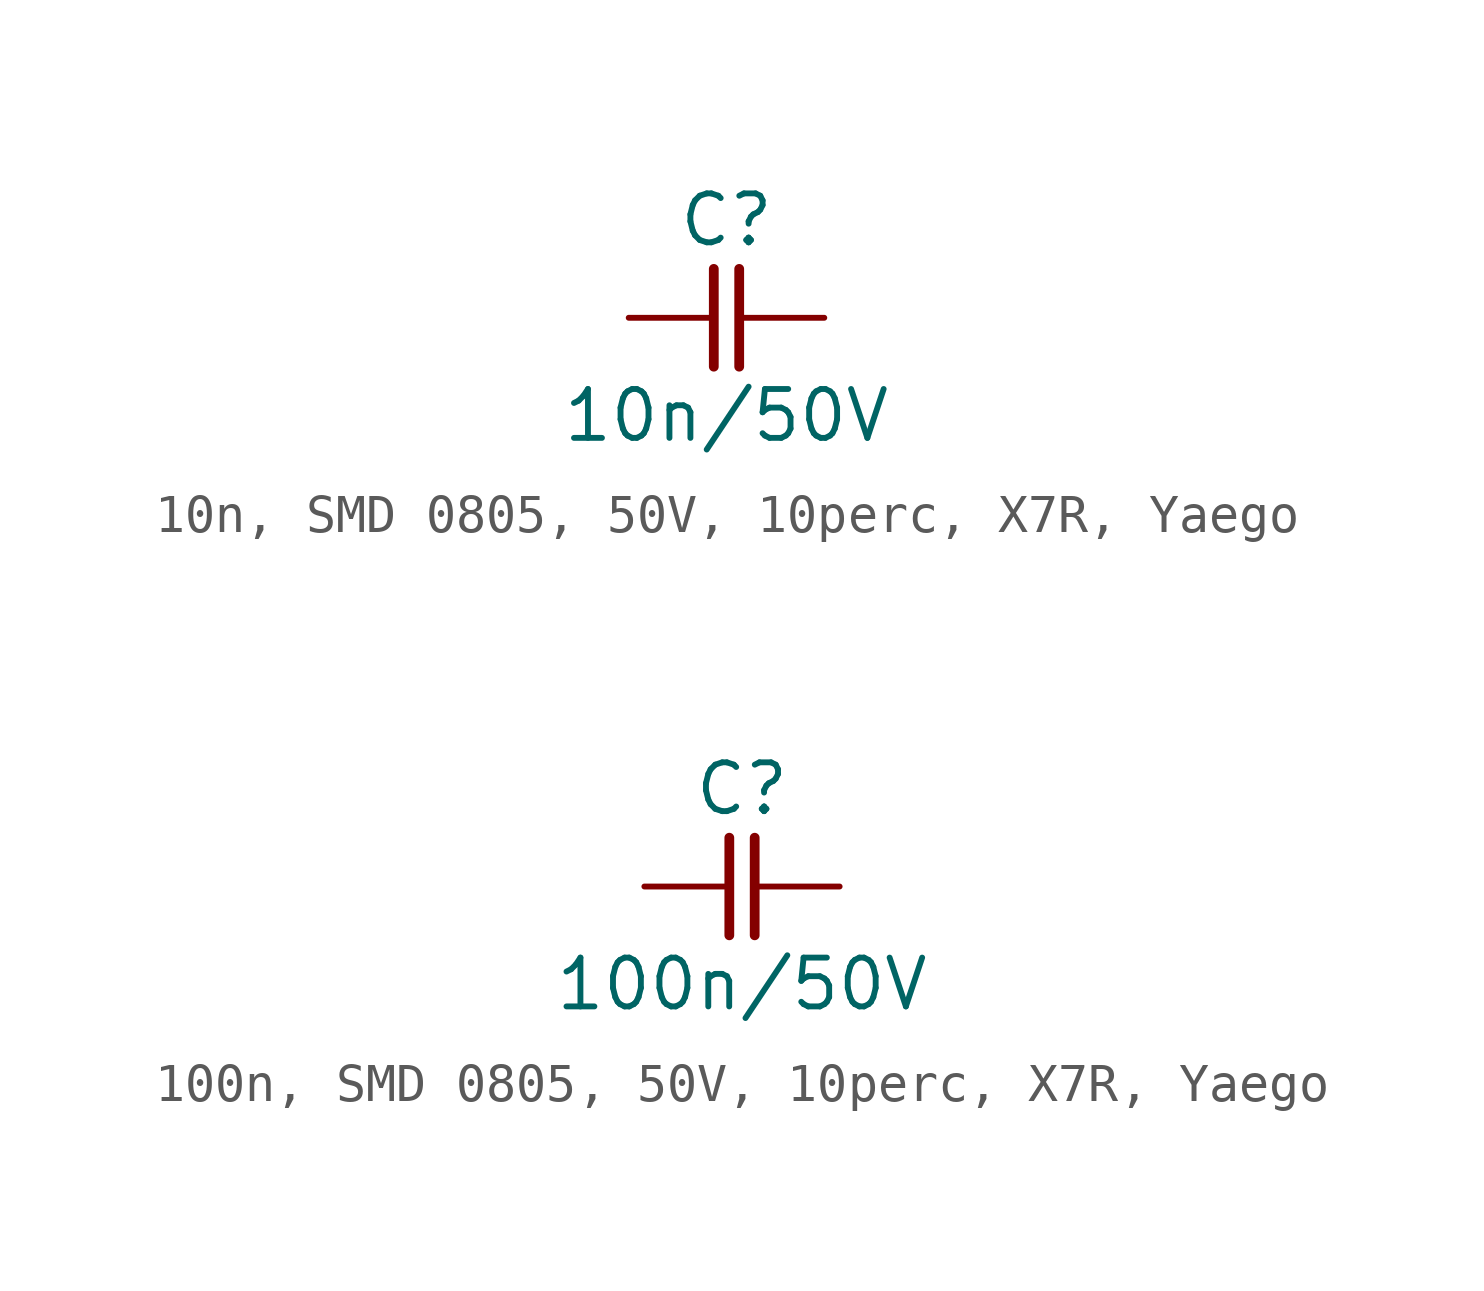
<source format=kicad_sym>
(kicad_symbol_lib
  (version 20231120)
  (generator "kicad_symbol_editor")
  (generator_version "8.0")
  (symbol "10n, SMD 0805, 50V, 10perc, X7R, Yaego"
    (pin_numbers hide)
    (pin_names
      (offset 0) hide)
    (property "Reference" "C"
      (at 0 2.54 0)
      (effects (font (size 1.27 1.27))))
    (property "Value" "10n/50V"
      (at 0 -2.54 0)
      (effects (font (size 1.27 1.27))))
    (symbol "10n, SMD 0805, 50V, 10perc, X7R, Yaego_0_1"
      (polyline (pts (xy -0.33 1.27) (xy -0.33 -1.27)) (stroke (width 0.254) (type default)) (fill (type none)))
      (polyline (pts (xy 0.33 1.27) (xy 0.33 -1.27)) (stroke (width 0.254) (type default)) (fill (type none))))
    (symbol "10n, SMD 0805, 50V, 10perc, X7R, Yaego_1_1"
      (pin passive line (at -2.54 0 0) (length 2.21) (name "1" (effects (font (size 1.27 1.27)))) (number "1" (effects (font (size 1.27 1.27)))))
      (pin passive line (at 2.54 0 180) (length 2.21) (name "2" (effects (font (size 1.27 1.27)))) (number "2" (effects (font (size 1.27 1.27)))))))
  (symbol "100n, SMD 0805, 50V, 10perc, X7R, Yaego"
    (pin_numbers hide)
    (pin_names
      (offset 0) hide)
    (property "Reference" "C"
      (at 0 2.54 0)
      (effects (font (size 1.27 1.27))))
    (property "Value" "100n/50V"
      (at 0 -2.54 0)
      (effects (font (size 1.27 1.27))))
    (symbol "100n, SMD 0805, 50V, 10perc, X7R, Yaego_0_1"
      (polyline (pts (xy -0.33 1.27) (xy -0.33 -1.27)) (stroke (width 0.254) (type default)) (fill (type none)))
      (polyline (pts (xy 0.33 1.27) (xy 0.33 -1.27)) (stroke (width 0.254) (type default)) (fill (type none))))
    (symbol "100n, SMD 0805, 50V, 10perc, X7R, Yaego_1_1"
      (pin passive line (at -2.54 0 0) (length 2.21) (name "1" (effects (font (size 1.27 1.27)))) (number "1" (effects (font (size 1.27 1.27)))))
      (pin passive line (at 2.54 0 180) (length 2.21) (name "2" (effects (font (size 1.27 1.27)))) (number "2" (effects (font (size 1.27 1.27))))))))
</source>
